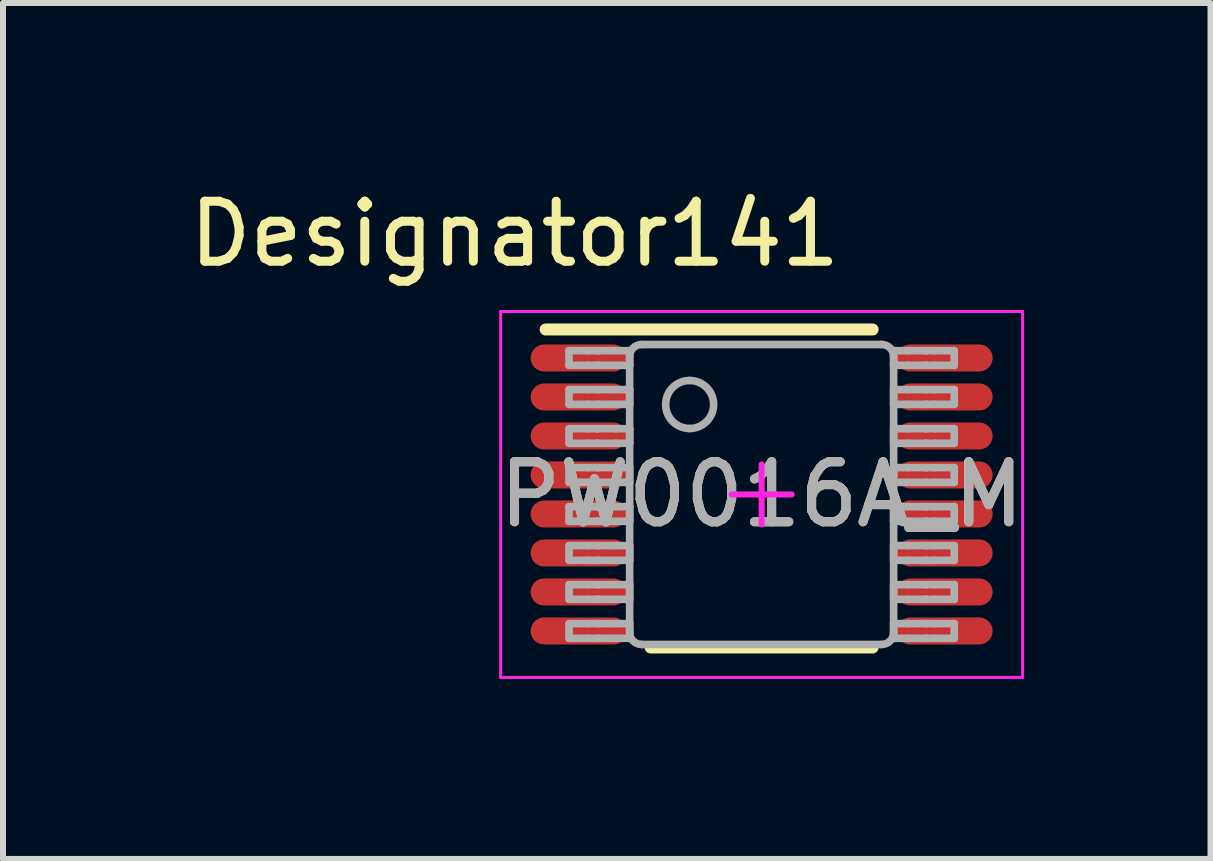
<source format=kicad_pcb>
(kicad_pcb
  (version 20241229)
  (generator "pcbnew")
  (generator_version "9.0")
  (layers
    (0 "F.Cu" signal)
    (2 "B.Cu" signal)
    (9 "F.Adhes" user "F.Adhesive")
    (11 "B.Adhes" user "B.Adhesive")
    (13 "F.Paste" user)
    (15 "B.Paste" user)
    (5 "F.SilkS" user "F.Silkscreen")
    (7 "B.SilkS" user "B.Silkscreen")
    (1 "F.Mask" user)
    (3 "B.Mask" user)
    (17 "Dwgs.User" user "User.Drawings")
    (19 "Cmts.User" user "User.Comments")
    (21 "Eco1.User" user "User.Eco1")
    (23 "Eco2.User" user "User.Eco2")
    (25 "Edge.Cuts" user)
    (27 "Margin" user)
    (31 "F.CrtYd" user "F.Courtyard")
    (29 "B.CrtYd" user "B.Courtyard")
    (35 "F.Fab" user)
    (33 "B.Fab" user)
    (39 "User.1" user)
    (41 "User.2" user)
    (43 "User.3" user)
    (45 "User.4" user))
  (footprint "PW0016A_M"
    (layer "F.Cu")
    (at 9.645 5.192)
    (property "Reference" "PW0016A_M" (at 0 0 0) (unlocked yes) (layer "F.SilkS") (effects (font (size 1 1) (thickness 0.15))))
    (attr smd)
    (fp_line (start -3.6 -2.75) (end 1.85 -2.75) (stroke (width 0.2) (type solid)) (layer "F.SilkS"))
    (fp_line (start -1.85 2.55) (end 1.85 2.55) (stroke (width 0.2) (type solid)) (layer "F.SilkS"))
    (fp_line (start -4.35 -3.05) (end 4.35 -3.05) (stroke (width 0.05) (type solid)) (layer "F.CrtYd"))
    (fp_line (start -4.35 3.05) (end -4.35 -3.05) (stroke (width 0.05) (type solid)) (layer "F.CrtYd"))
    (fp_line (start -4.35 3.05) (end 4.35 3.05) (stroke (width 0.05) (type solid)) (layer "F.CrtYd"))
    (fp_line (start -0.5 0) (end 0.5 0) (stroke (width 0.1) (type solid)) (layer "F.CrtYd"))
    (fp_line (start -0.000003 0.5) (end -0.000003 -0.5) (stroke (width 0.1) (type solid)) (layer "F.CrtYd"))
    (fp_line (start 4.35 3.05) (end 4.35 -3.05) (stroke (width 0.05) (type solid)) (layer "F.CrtYd"))
    (fp_line (start -3.21 -2.397) (end -2.887 -2.397) (stroke (width 0.127) (type solid)) (layer "F.Fab"))
    (fp_line (start -3.21 -2.153) (end -3.21 -2.397) (stroke (width 0.127) (type solid)) (layer "F.Fab"))
    (fp_line (start -3.21 -2.153) (end -2.887 -2.153) (stroke (width 0.127) (type solid)) (layer "F.Fab"))
    (fp_line (start -3.21 -1.748) (end -2.887 -1.748) (stroke (width 0.127) (type solid)) (layer "F.Fab"))
    (fp_line (start -3.21 -1.502) (end -3.21 -1.748) (stroke (width 0.127) (type solid)) (layer "F.Fab"))
    (fp_line (start -3.21 -1.502) (end -2.887 -1.502) (stroke (width 0.127) (type solid)) (layer "F.Fab"))
    (fp_line (start -3.21 -1.097) (end -2.887 -1.097) (stroke (width 0.127) (type solid)) (layer "F.Fab"))
    (fp_line (start -3.21 -0.853) (end -3.21 -1.097) (stroke (width 0.127) (type solid)) (layer "F.Fab"))
    (fp_line (start -3.21 -0.853) (end -2.887 -0.853) (stroke (width 0.127) (type solid)) (layer "F.Fab"))
    (fp_line (start -3.21 -0.448) (end -2.887 -0.448) (stroke (width 0.127) (type solid)) (layer "F.Fab"))
    (fp_line (start -3.21 -0.202) (end -3.21 -0.448) (stroke (width 0.127) (type solid)) (layer "F.Fab"))
    (fp_line (start -3.21 -0.202) (end -2.887 -0.202) (stroke (width 0.127) (type solid)) (layer "F.Fab"))
    (fp_line (start -3.21 0.203) (end -2.887 0.203) (stroke (width 0.127) (type solid)) (layer "F.Fab"))
    (fp_line (start -3.21 0.447) (end -3.21 0.203) (stroke (width 0.127) (type solid)) (layer "F.Fab"))
    (fp_line (start -3.21 0.447) (end -2.887 0.447) (stroke (width 0.127) (type solid)) (layer "F.Fab"))
    (fp_line (start -3.21 0.852) (end -2.887 0.852) (stroke (width 0.127) (type solid)) (layer "F.Fab"))
    (fp_line (start -3.21 1.098) (end -3.21 0.852) (stroke (width 0.127) (type solid)) (layer "F.Fab"))
    (fp_line (start -3.21 1.098) (end -2.887 1.098) (stroke (width 0.127) (type solid)) (layer "F.Fab"))
    (fp_line (start -3.21 1.503) (end -2.887 1.503) (stroke (width 0.127) (type solid)) (layer "F.Fab"))
    (fp_line (start -3.21 1.748) (end -3.21 1.503) (stroke (width 0.127) (type solid)) (layer "F.Fab"))
    (fp_line (start -3.21 1.748) (end -2.887 1.748) (stroke (width 0.127) (type solid)) (layer "F.Fab"))
    (fp_line (start -3.21 2.152) (end -2.887 2.152) (stroke (width 0.127) (type solid)) (layer "F.Fab"))
    (fp_line (start -3.21 2.398) (end -3.21 2.152) (stroke (width 0.127) (type solid)) (layer "F.Fab"))
    (fp_line (start -3.21 2.398) (end -2.887 2.398) (stroke (width 0.127) (type solid)) (layer "F.Fab"))
    (fp_line (start -2.887 -2.397) (end -2.739 -2.397) (stroke (width 0.127) (type solid)) (layer "F.Fab"))
    (fp_line (start -2.887 -2.153) (end -2.739 -2.153) (stroke (width 0.127) (type solid)) (layer "F.Fab"))
    (fp_line (start -2.887 -1.748) (end -2.739 -1.748) (stroke (width 0.127) (type solid)) (layer "F.Fab"))
    (fp_line (start -2.887 -1.502) (end -2.739 -1.502) (stroke (width 0.127) (type solid)) (layer "F.Fab"))
    (fp_line (start -2.887 -1.097) (end -2.739 -1.097) (stroke (width 0.127) (type solid)) (layer "F.Fab"))
    (fp_line (start -2.887 -0.853) (end -2.739 -0.853) (stroke (width 0.127) (type solid)) (layer "F.Fab"))
    (fp_line (start -2.887 -0.448) (end -2.739 -0.448) (stroke (width 0.127) (type solid)) (layer "F.Fab"))
    (fp_line (start -2.887 -0.202) (end -2.739 -0.202) (stroke (width 0.127) (type solid)) (layer "F.Fab"))
    (fp_line (start -2.887 0.203) (end -2.739 0.203) (stroke (width 0.127) (type solid)) (layer "F.Fab"))
    (fp_line (start -2.887 0.447) (end -2.739 0.447) (stroke (width 0.127) (type solid)) (layer "F.Fab"))
    (fp_line (start -2.887 0.852) (end -2.739 0.852) (stroke (width 0.127) (type solid)) (layer "F.Fab"))
    (fp_line (start -2.887 1.098) (end -2.739 1.098) (stroke (width 0.127) (type solid)) (layer "F.Fab"))
    (fp_line (start -2.887 1.503) (end -2.739 1.503) (stroke (width 0.127) (type solid)) (layer "F.Fab"))
    (fp_line (start -2.887 1.748) (end -2.739 1.748) (stroke (width 0.127) (type solid)) (layer "F.Fab"))
    (fp_line (start -2.887 2.152) (end -2.739 2.152) (stroke (width 0.127) (type solid)) (layer "F.Fab"))
    (fp_line (start -2.887 2.398) (end -2.739 2.398) (stroke (width 0.127) (type solid)) (layer "F.Fab"))
    (fp_line (start -2.739 -2.397) (end -2.733 -2.397) (stroke (width 0.127) (type solid)) (layer "F.Fab"))
    (fp_line (start -2.739 -2.153) (end -2.733 -2.153) (stroke (width 0.127) (type solid)) (layer "F.Fab"))
    (fp_line (start -2.739 -1.748) (end -2.733 -1.748) (stroke (width 0.127) (type solid)) (layer "F.Fab"))
    (fp_line (start -2.739 -1.502) (end -2.733 -1.502) (stroke (width 0.127) (type solid)) (layer "F.Fab"))
    (fp_line (start -2.739 -1.097) (end -2.733 -1.097) (stroke (width 0.127) (type solid)) (layer "F.Fab"))
    (fp_line (start -2.739 -0.853) (end -2.733 -0.853) (stroke (width 0.127) (type solid)) (layer "F.Fab"))
    (fp_line (start -2.739 -0.448) (end -2.733 -0.448) (stroke (width 0.127) (type solid)) (layer "F.Fab"))
    (fp_line (start -2.739 -0.202) (end -2.733 -0.202) (stroke (width 0.127) (type solid)) (layer "F.Fab"))
    (fp_line (start -2.739 0.203) (end -2.733 0.203) (stroke (width 0.127) (type solid)) (layer "F.Fab"))
    (fp_line (start -2.739 0.447) (end -2.733 0.447) (stroke (width 0.127) (type solid)) (layer "F.Fab"))
    (fp_line (start -2.739 0.852) (end -2.733 0.852) (stroke (width 0.127) (type solid)) (layer "F.Fab"))
    (fp_line (start -2.739 1.098) (end -2.733 1.098) (stroke (width 0.127) (type solid)) (layer "F.Fab"))
    (fp_line (start -2.739 1.503) (end -2.733 1.503) (stroke (width 0.127) (type solid)) (layer "F.Fab"))
    (fp_line (start -2.739 1.748) (end -2.733 1.748) (stroke (width 0.127) (type solid)) (layer "F.Fab"))
    (fp_line (start -2.739 2.152) (end -2.733 2.152) (stroke (width 0.127) (type solid)) (layer "F.Fab"))
    (fp_line (start -2.739 2.398) (end -2.733 2.398) (stroke (width 0.127) (type solid)) (layer "F.Fab"))
    (fp_line (start -2.733 -2.397) (end -2.431 -2.397) (stroke (width 0.127) (type solid)) (layer "F.Fab"))
    (fp_line (start -2.733 -2.153) (end -2.431 -2.153) (stroke (width 0.127) (type solid)) (layer "F.Fab"))
    (fp_line (start -2.733 -1.748) (end -2.431 -1.748) (stroke (width 0.127) (type solid)) (layer "F.Fab"))
    (fp_line (start -2.733 -1.502) (end -2.431 -1.502) (stroke (width 0.127) (type solid)) (layer "F.Fab"))
    (fp_line (start -2.733 -1.097) (end -2.431 -1.097) (stroke (width 0.127) (type solid)) (layer "F.Fab"))
    (fp_line (start -2.733 -0.853) (end -2.431 -0.853) (stroke (width 0.127) (type solid)) (layer "F.Fab"))
    (fp_line (start -2.733 -0.448) (end -2.431 -0.448) (stroke (width 0.127) (type solid)) (layer "F.Fab"))
    (fp_line (start -2.733 -0.202) (end -2.431 -0.202) (stroke (width 0.127) (type solid)) (layer "F.Fab"))
    (fp_line (start -2.733 0.203) (end -2.431 0.203) (stroke (width 0.127) (type solid)) (layer "F.Fab"))
    (fp_line (start -2.733 0.447) (end -2.431 0.447) (stroke (width 0.127) (type solid)) (layer "F.Fab"))
    (fp_line (start -2.733 0.852) (end -2.431 0.852) (stroke (width 0.127) (type solid)) (layer "F.Fab"))
    (fp_line (start -2.733 1.098) (end -2.431 1.098) (stroke (width 0.127) (type solid)) (layer "F.Fab"))
    (fp_line (start -2.733 1.503) (end -2.431 1.503) (stroke (width 0.127) (type solid)) (layer "F.Fab"))
    (fp_line (start -2.733 1.748) (end -2.431 1.748) (stroke (width 0.127) (type solid)) (layer "F.Fab"))
    (fp_line (start -2.733 2.152) (end -2.431 2.152) (stroke (width 0.127) (type solid)) (layer "F.Fab"))
    (fp_line (start -2.733 2.398) (end -2.431 2.398) (stroke (width 0.127) (type solid)) (layer "F.Fab"))
    (fp_line (start -2.431 -2.397) (end -2.2 -2.397) (stroke (width 0.127) (type solid)) (layer "F.Fab"))
    (fp_line (start -2.431 -2.153) (end -2.2 -2.153) (stroke (width 0.127) (type solid)) (layer "F.Fab"))
    (fp_line (start -2.431 -1.748) (end -2.2 -1.748) (stroke (width 0.127) (type solid)) (layer "F.Fab"))
    (fp_line (start -2.431 -1.502) (end -2.2 -1.502) (stroke (width 0.127) (type solid)) (layer "F.Fab"))
    (fp_line (start -2.431 -1.097) (end -2.2 -1.097) (stroke (width 0.127) (type solid)) (layer "F.Fab"))
    (fp_line (start -2.431 -0.853) (end -2.2 -0.853) (stroke (width 0.127) (type solid)) (layer "F.Fab"))
    (fp_line (start -2.431 -0.448) (end -2.2 -0.448) (stroke (width 0.127) (type solid)) (layer "F.Fab"))
    (fp_line (start -2.431 -0.202) (end -2.2 -0.202) (stroke (width 0.127) (type solid)) (layer "F.Fab"))
    (fp_line (start -2.431 0.203) (end -2.2 0.203) (stroke (width 0.127) (type solid)) (layer "F.Fab"))
    (fp_line (start -2.431 0.447) (end -2.2 0.447) (stroke (width 0.127) (type solid)) (layer "F.Fab"))
    (fp_line (start -2.431 0.852) (end -2.2 0.852) (stroke (width 0.127) (type solid)) (layer "F.Fab"))
    (fp_line (start -2.431 1.098) (end -2.2 1.098) (stroke (width 0.127) (type solid)) (layer "F.Fab"))
    (fp_line (start -2.431 1.503) (end -2.2 1.503) (stroke (width 0.127) (type solid)) (layer "F.Fab"))
    (fp_line (start -2.431 1.748) (end -2.2 1.748) (stroke (width 0.127) (type solid)) (layer "F.Fab"))
    (fp_line (start -2.431 2.152) (end -2.2 2.152) (stroke (width 0.127) (type solid)) (layer "F.Fab"))
    (fp_line (start -2.431 2.398) (end -2.2 2.398) (stroke (width 0.127) (type solid)) (layer "F.Fab"))
    (fp_line (start -2.2 -2.153) (end -2.2 -2.397) (stroke (width 0.127) (type solid)) (layer "F.Fab"))
    (fp_line (start -2.2 -1.502) (end -2.2 -1.748) (stroke (width 0.127) (type solid)) (layer "F.Fab"))
    (fp_line (start -2.2 -0.853) (end -2.2 -1.097) (stroke (width 0.127) (type solid)) (layer "F.Fab"))
    (fp_line (start -2.2 -0.202) (end -2.2 -0.448) (stroke (width 0.127) (type solid)) (layer "F.Fab"))
    (fp_line (start -2.2 0.447) (end -2.2 0.203) (stroke (width 0.127) (type solid)) (layer "F.Fab"))
    (fp_line (start -2.2 1.098) (end -2.2 0.852) (stroke (width 0.127) (type solid)) (layer "F.Fab"))
    (fp_line (start -2.2 1.748) (end -2.2 1.503) (stroke (width 0.127) (type solid)) (layer "F.Fab"))
    (fp_line (start -2.2 2.3) (end -2.2 -2.3) (stroke (width 0.127) (type solid)) (layer "F.Fab"))
    (fp_line (start -2.2 2.398) (end -2.2 2.152) (stroke (width 0.127) (type solid)) (layer "F.Fab"))
    (fp_line (start -2 -2.5) (end 2 -2.5) (stroke (width 0.127) (type solid)) (layer "F.Fab"))
    (fp_line (start -2 2.5) (end 2 2.5) (stroke (width 0.127) (type solid)) (layer "F.Fab"))
    (fp_line (start 2.2 -2.397) (end 2.43 -2.397) (stroke (width 0.127) (type solid)) (layer "F.Fab"))
    (fp_line (start 2.2 -2.153) (end 2.2 -2.397) (stroke (width 0.127) (type solid)) (layer "F.Fab"))
    (fp_line (start 2.2 -2.153) (end 2.43 -2.153) (stroke (width 0.127) (type solid)) (layer "F.Fab"))
    (fp_line (start 2.2 -1.748) (end 2.43 -1.748) (stroke (width 0.127) (type solid)) (layer "F.Fab"))
    (fp_line (start 2.2 -1.502) (end 2.2 -1.748) (stroke (width 0.127) (type solid)) (layer "F.Fab"))
    (fp_line (start 2.2 -1.502) (end 2.43 -1.502) (stroke (width 0.127) (type solid)) (layer "F.Fab"))
    (fp_line (start 2.2 -1.097) (end 2.43 -1.097) (stroke (width 0.127) (type solid)) (layer "F.Fab"))
    (fp_line (start 2.2 -0.853) (end 2.2 -1.097) (stroke (width 0.127) (type solid)) (layer "F.Fab"))
    (fp_line (start 2.2 -0.853) (end 2.43 -0.853) (stroke (width 0.127) (type solid)) (layer "F.Fab"))
    (fp_line (start 2.2 -0.448) (end 2.43 -0.448) (stroke (width 0.127) (type solid)) (layer "F.Fab"))
    (fp_line (start 2.2 -0.202) (end 2.2 -0.448) (stroke (width 0.127) (type solid)) (layer "F.Fab"))
    (fp_line (start 2.2 -0.202) (end 2.43 -0.202) (stroke (width 0.127) (type solid)) (layer "F.Fab"))
    (fp_line (start 2.2 0.203) (end 2.43 0.203) (stroke (width 0.127) (type solid)) (layer "F.Fab"))
    (fp_line (start 2.2 0.447) (end 2.2 0.203) (stroke (width 0.127) (type solid)) (layer "F.Fab"))
    (fp_line (start 2.2 0.447) (end 2.43 0.447) (stroke (width 0.127) (type solid)) (layer "F.Fab"))
    (fp_line (start 2.2 0.852) (end 2.43 0.852) (stroke (width 0.127) (type solid)) (layer "F.Fab"))
    (fp_line (start 2.2 1.098) (end 2.2 0.852) (stroke (width 0.127) (type solid)) (layer "F.Fab"))
    (fp_line (start 2.2 1.098) (end 2.43 1.098) (stroke (width 0.127) (type solid)) (layer "F.Fab"))
    (fp_line (start 2.2 1.503) (end 2.43 1.503) (stroke (width 0.127) (type solid)) (layer "F.Fab"))
    (fp_line (start 2.2 1.748) (end 2.2 1.503) (stroke (width 0.127) (type solid)) (layer "F.Fab"))
    (fp_line (start 2.2 1.748) (end 2.43 1.748) (stroke (width 0.127) (type solid)) (layer "F.Fab"))
    (fp_line (start 2.2 2.152) (end 2.43 2.152) (stroke (width 0.127) (type solid)) (layer "F.Fab"))
    (fp_line (start 2.2 2.3) (end 2.2 -2.3) (stroke (width 0.127) (type solid)) (layer "F.Fab"))
    (fp_line (start 2.2 2.398) (end 2.2 2.152) (stroke (width 0.127) (type solid)) (layer "F.Fab"))
    (fp_line (start 2.2 2.398) (end 2.43 2.398) (stroke (width 0.127) (type solid)) (layer "F.Fab"))
    (fp_line (start 2.43 -2.397) (end 2.733 -2.397) (stroke (width 0.127) (type solid)) (layer "F.Fab"))
    (fp_line (start 2.43 -2.153) (end 2.733 -2.153) (stroke (width 0.127) (type solid)) (layer "F.Fab"))
    (fp_line (start 2.43 -1.748) (end 2.733 -1.748) (stroke (width 0.127) (type solid)) (layer "F.Fab"))
    (fp_line (start 2.43 -1.502) (end 2.733 -1.502) (stroke (width 0.127) (type solid)) (layer "F.Fab"))
    (fp_line (start 2.43 -1.097) (end 2.733 -1.097) (stroke (width 0.127) (type solid)) (layer "F.Fab"))
    (fp_line (start 2.43 -0.853) (end 2.733 -0.853) (stroke (width 0.127) (type solid)) (layer "F.Fab"))
    (fp_line (start 2.43 -0.448) (end 2.733 -0.448) (stroke (width 0.127) (type solid)) (layer "F.Fab"))
    (fp_line (start 2.43 -0.202) (end 2.733 -0.202) (stroke (width 0.127) (type solid)) (layer "F.Fab"))
    (fp_line (start 2.43 0.203) (end 2.733 0.203) (stroke (width 0.127) (type solid)) (layer "F.Fab"))
    (fp_line (start 2.43 0.447) (end 2.733 0.447) (stroke (width 0.127) (type solid)) (layer "F.Fab"))
    (fp_line (start 2.43 0.852) (end 2.733 0.852) (stroke (width 0.127) (type solid)) (layer "F.Fab"))
    (fp_line (start 2.43 1.098) (end 2.733 1.098) (stroke (width 0.127) (type solid)) (layer "F.Fab"))
    (fp_line (start 2.43 1.503) (end 2.733 1.503) (stroke (width 0.127) (type solid)) (layer "F.Fab"))
    (fp_line (start 2.43 1.748) (end 2.733 1.748) (stroke (width 0.127) (type solid)) (layer "F.Fab"))
    (fp_line (start 2.43 2.152) (end 2.733 2.152) (stroke (width 0.127) (type solid)) (layer "F.Fab"))
    (fp_line (start 2.43 2.398) (end 2.733 2.398) (stroke (width 0.127) (type solid)) (layer "F.Fab"))
    (fp_line (start 2.733 -2.397) (end 2.739 -2.397) (stroke (width 0.127) (type solid)) (layer "F.Fab"))
    (fp_line (start 2.733 -2.153) (end 2.739 -2.153) (stroke (width 0.127) (type solid)) (layer "F.Fab"))
    (fp_line (start 2.733 -1.748) (end 2.739 -1.748) (stroke (width 0.127) (type solid)) (layer "F.Fab"))
    (fp_line (start 2.733 -1.502) (end 2.739 -1.502) (stroke (width 0.127) (type solid)) (layer "F.Fab"))
    (fp_line (start 2.733 -1.097) (end 2.739 -1.097) (stroke (width 0.127) (type solid)) (layer "F.Fab"))
    (fp_line (start 2.733 -0.853) (end 2.739 -0.853) (stroke (width 0.127) (type solid)) (layer "F.Fab"))
    (fp_line (start 2.733 -0.448) (end 2.739 -0.448) (stroke (width 0.127) (type solid)) (layer "F.Fab"))
    (fp_line (start 2.733 -0.202) (end 2.739 -0.202) (stroke (width 0.127) (type solid)) (layer "F.Fab"))
    (fp_line (start 2.733 0.203) (end 2.739 0.203) (stroke (width 0.127) (type solid)) (layer "F.Fab"))
    (fp_line (start 2.733 0.447) (end 2.739 0.447) (stroke (width 0.127) (type solid)) (layer "F.Fab"))
    (fp_line (start 2.733 0.852) (end 2.739 0.852) (stroke (width 0.127) (type solid)) (layer "F.Fab"))
    (fp_line (start 2.733 1.098) (end 2.739 1.098) (stroke (width 0.127) (type solid)) (layer "F.Fab"))
    (fp_line (start 2.733 1.503) (end 2.739 1.503) (stroke (width 0.127) (type solid)) (layer "F.Fab"))
    (fp_line (start 2.733 1.748) (end 2.739 1.748) (stroke (width 0.127) (type solid)) (layer "F.Fab"))
    (fp_line (start 2.733 2.152) (end 2.739 2.152) (stroke (width 0.127) (type solid)) (layer "F.Fab"))
    (fp_line (start 2.733 2.398) (end 2.739 2.398) (stroke (width 0.127) (type solid)) (layer "F.Fab"))
    (fp_line (start 2.739 -2.397) (end 2.887 -2.397) (stroke (width 0.127) (type solid)) (layer "F.Fab"))
    (fp_line (start 2.739 -2.153) (end 2.887 -2.153) (stroke (width 0.127) (type solid)) (layer "F.Fab"))
    (fp_line (start 2.739 -1.748) (end 2.887 -1.748) (stroke (width 0.127) (type solid)) (layer "F.Fab"))
    (fp_line (start 2.739 -1.502) (end 2.887 -1.502) (stroke (width 0.127) (type solid)) (layer "F.Fab"))
    (fp_line (start 2.739 -1.097) (end 2.887 -1.097) (stroke (width 0.127) (type solid)) (layer "F.Fab"))
    (fp_line (start 2.739 -0.853) (end 2.887 -0.853) (stroke (width 0.127) (type solid)) (layer "F.Fab"))
    (fp_line (start 2.739 -0.448) (end 2.887 -0.448) (stroke (width 0.127) (type solid)) (layer "F.Fab"))
    (fp_line (start 2.739 -0.202) (end 2.887 -0.202) (stroke (width 0.127) (type solid)) (layer "F.Fab"))
    (fp_line (start 2.739 0.203) (end 2.887 0.203) (stroke (width 0.127) (type solid)) (layer "F.Fab"))
    (fp_line (start 2.739 0.447) (end 2.887 0.447) (stroke (width 0.127) (type solid)) (layer "F.Fab"))
    (fp_line (start 2.739 0.852) (end 2.887 0.852) (stroke (width 0.127) (type solid)) (layer "F.Fab"))
    (fp_line (start 2.739 1.098) (end 2.887 1.098) (stroke (width 0.127) (type solid)) (layer "F.Fab"))
    (fp_line (start 2.739 1.503) (end 2.887 1.503) (stroke (width 0.127) (type solid)) (layer "F.Fab"))
    (fp_line (start 2.739 1.748) (end 2.887 1.748) (stroke (width 0.127) (type solid)) (layer "F.Fab"))
    (fp_line (start 2.739 2.152) (end 2.887 2.152) (stroke (width 0.127) (type solid)) (layer "F.Fab"))
    (fp_line (start 2.739 2.398) (end 2.887 2.398) (stroke (width 0.127) (type solid)) (layer "F.Fab"))
    (fp_line (start 2.887 -2.397) (end 3.21 -2.397) (stroke (width 0.127) (type solid)) (layer "F.Fab"))
    (fp_line (start 2.887 -2.153) (end 3.21 -2.153) (stroke (width 0.127) (type solid)) (layer "F.Fab"))
    (fp_line (start 2.887 -1.748) (end 3.21 -1.748) (stroke (width 0.127) (type solid)) (layer "F.Fab"))
    (fp_line (start 2.887 -1.502) (end 3.21 -1.502) (stroke (width 0.127) (type solid)) (layer "F.Fab"))
    (fp_line (start 2.887 -1.097) (end 3.21 -1.097) (stroke (width 0.127) (type solid)) (layer "F.Fab"))
    (fp_line (start 2.887 -0.853) (end 3.21 -0.853) (stroke (width 0.127) (type solid)) (layer "F.Fab"))
    (fp_line (start 2.887 -0.448) (end 3.21 -0.448) (stroke (width 0.127) (type solid)) (layer "F.Fab"))
    (fp_line (start 2.887 -0.202) (end 3.21 -0.202) (stroke (width 0.127) (type solid)) (layer "F.Fab"))
    (fp_line (start 2.887 0.203) (end 3.21 0.203) (stroke (width 0.127) (type solid)) (layer "F.Fab"))
    (fp_line (start 2.887 0.447) (end 3.21 0.447) (stroke (width 0.127) (type solid)) (layer "F.Fab"))
    (fp_line (start 2.887 0.852) (end 3.21 0.852) (stroke (width 0.127) (type solid)) (layer "F.Fab"))
    (fp_line (start 2.887 1.098) (end 3.21 1.098) (stroke (width 0.127) (type solid)) (layer "F.Fab"))
    (fp_line (start 2.887 1.503) (end 3.21 1.503) (stroke (width 0.127) (type solid)) (layer "F.Fab"))
    (fp_line (start 2.887 1.748) (end 3.21 1.748) (stroke (width 0.127) (type solid)) (layer "F.Fab"))
    (fp_line (start 2.887 2.152) (end 3.21 2.152) (stroke (width 0.127) (type solid)) (layer "F.Fab"))
    (fp_line (start 2.887 2.398) (end 3.21 2.398) (stroke (width 0.127) (type solid)) (layer "F.Fab"))
    (fp_line (start 3.21 -2.153) (end 3.21 -2.397) (stroke (width 0.127) (type solid)) (layer "F.Fab"))
    (fp_line (start 3.21 -1.502) (end 3.21 -1.748) (stroke (width 0.127) (type solid)) (layer "F.Fab"))
    (fp_line (start 3.21 -0.853) (end 3.21 -1.097) (stroke (width 0.127) (type solid)) (layer "F.Fab"))
    (fp_line (start 3.21 -0.202) (end 3.21 -0.448) (stroke (width 0.127) (type solid)) (layer "F.Fab"))
    (fp_line (start 3.21 0.447) (end 3.21 0.203) (stroke (width 0.127) (type solid)) (layer "F.Fab"))
    (fp_line (start 3.21 1.098) (end 3.21 0.852) (stroke (width 0.127) (type solid)) (layer "F.Fab"))
    (fp_line (start 3.21 1.748) (end 3.21 1.503) (stroke (width 0.127) (type solid)) (layer "F.Fab"))
    (fp_line (start 3.21 2.398) (end 3.21 2.152) (stroke (width 0.127) (type solid)) (layer "F.Fab"))
    (fp_arc (start -2.200001 -2.3) (mid -2.141422 -2.441421) (end -2.000001 -2.5) (stroke (width 0.127) (type solid)) (layer "F.Fab"))
    (fp_arc (start -2.000001 2.500015) (mid -2.141422 2.441437) (end -2.200001 2.300016) (stroke (width 0.127) (type solid)) (layer "F.Fab"))
    (fp_arc (start -1.200003 -1.900001) (mid -0.800003 -1.500002) (end -1.200003 -1.100003) (stroke (width 0.127) (type solid)) (layer "F.Fab"))
    (fp_arc (start -1.200003 -1.100003) (mid -1.600002 -1.500002) (end -1.200003 -1.900001) (stroke (width 0.127) (type solid)) (layer "F.Fab"))
    (fp_arc (start 1.999991 -2.5) (mid 2.141412 -2.441422) (end 2.199991 -2.3) (stroke (width 0.127) (type solid)) (layer "F.Fab"))
    (fp_arc (start 2.199991 2.300016) (mid 2.141412 2.441437) (end 1.999991 2.500015) (stroke (width 0.127) (type solid)) (layer "F.Fab"))
    (fp_text user "Designator141" (at -4.115 -4.343 0) (unlocked yes) (layer "F.SilkS") (effects (font (size 1 1) (thickness 0.15))))
    (fp_text user "${REFERENCE}" (at 0 0 0) (unlocked yes) (layer "F.Fab") (effects (font (size 1 1) (thickness 0.15))))
    (pad "1" smd oval (at -3.05 -2.275 90) (size 0.45 1.6) (layers "F.Cu" "F.Mask" "F.Paste"))
    (pad "2" smd oval (at -3.05 -1.625 90) (size 0.45 1.6) (layers "F.Cu" "F.Mask" "F.Paste"))
    (pad "3" smd oval (at -3.05 -0.975 90) (size 0.45 1.6) (layers "F.Cu" "F.Mask" "F.Paste"))
    (pad "4" smd oval (at -3.05 -0.325 90) (size 0.45 1.6) (layers "F.Cu" "F.Mask" "F.Paste"))
    (pad "5" smd oval (at -3.05 0.325 90) (size 0.45 1.6) (layers "F.Cu" "F.Mask" "F.Paste"))
    (pad "6" smd oval (at -3.05 0.975 90) (size 0.45 1.6) (layers "F.Cu" "F.Mask" "F.Paste"))
    (pad "7" smd oval (at -3.05 1.625 90) (size 0.45 1.6) (layers "F.Cu" "F.Mask" "F.Paste"))
    (pad "8" smd oval (at -3.05 2.275 90) (size 0.45 1.6) (layers "F.Cu" "F.Mask" "F.Paste"))
    (pad "9" smd oval (at 3.05 2.275 90) (size 0.45 1.6) (layers "F.Cu" "F.Mask" "F.Paste"))
    (pad "10" smd oval (at 3.05 1.625 90) (size 0.45 1.6) (layers "F.Cu" "F.Mask" "F.Paste"))
    (pad "11" smd oval (at 3.05 0.975 90) (size 0.45 1.6) (layers "F.Cu" "F.Mask" "F.Paste"))
    (pad "12" smd oval (at 3.05 0.325 90) (size 0.45 1.6) (layers "F.Cu" "F.Mask" "F.Paste"))
    (pad "13" smd oval (at 3.05 -0.325 90) (size 0.45 1.6) (layers "F.Cu" "F.Mask" "F.Paste"))
    (pad "14" smd oval (at 3.05 -0.975 90) (size 0.45 1.6) (layers "F.Cu" "F.Mask" "F.Paste"))
    (pad "15" smd oval (at 3.05 -1.625 90) (size 0.45 1.6) (layers "F.Cu" "F.Mask" "F.Paste"))
    (pad "16" smd oval (at 3.05 -2.275 90) (size 0.45 1.6) (layers "F.Cu" "F.Mask" "F.Paste")))
  (gr_rect
    (start -3 -3)
    (end 17.127 11.267)
    (stroke (width 0.1) (type default))
    (fill no)
    (layer "Edge.Cuts")))
</source>
